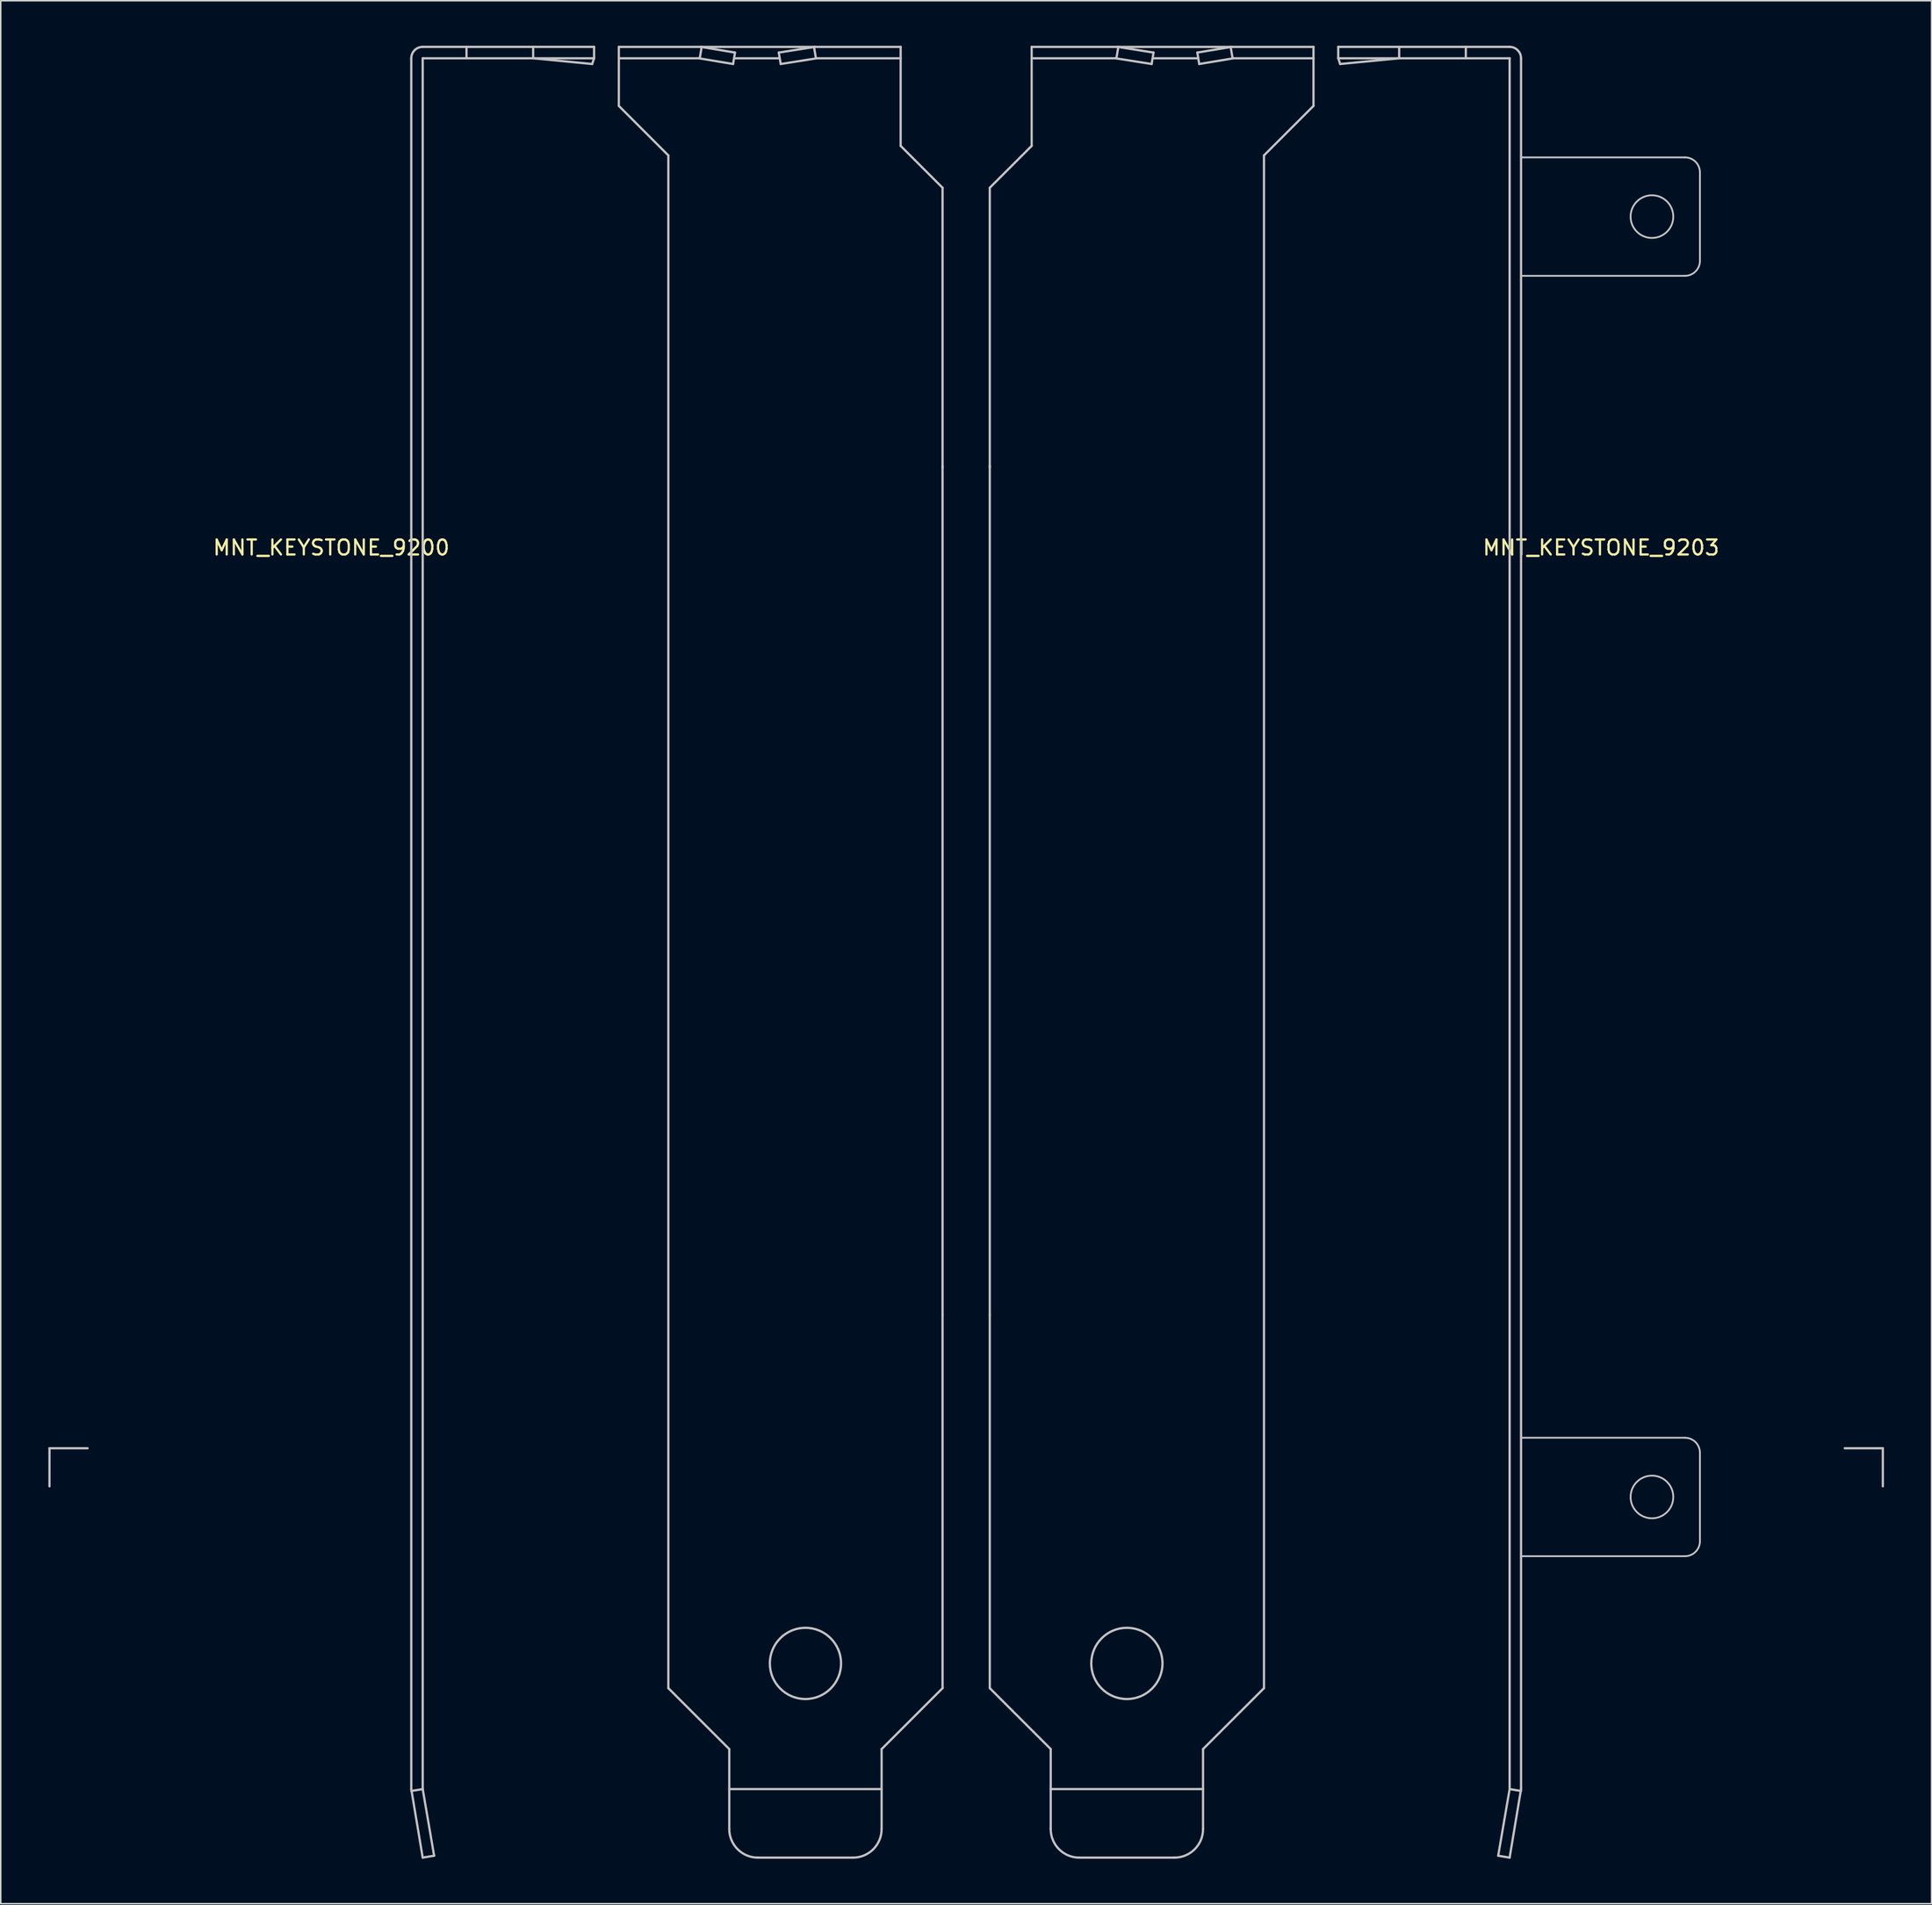
<source format=kicad_pcb>
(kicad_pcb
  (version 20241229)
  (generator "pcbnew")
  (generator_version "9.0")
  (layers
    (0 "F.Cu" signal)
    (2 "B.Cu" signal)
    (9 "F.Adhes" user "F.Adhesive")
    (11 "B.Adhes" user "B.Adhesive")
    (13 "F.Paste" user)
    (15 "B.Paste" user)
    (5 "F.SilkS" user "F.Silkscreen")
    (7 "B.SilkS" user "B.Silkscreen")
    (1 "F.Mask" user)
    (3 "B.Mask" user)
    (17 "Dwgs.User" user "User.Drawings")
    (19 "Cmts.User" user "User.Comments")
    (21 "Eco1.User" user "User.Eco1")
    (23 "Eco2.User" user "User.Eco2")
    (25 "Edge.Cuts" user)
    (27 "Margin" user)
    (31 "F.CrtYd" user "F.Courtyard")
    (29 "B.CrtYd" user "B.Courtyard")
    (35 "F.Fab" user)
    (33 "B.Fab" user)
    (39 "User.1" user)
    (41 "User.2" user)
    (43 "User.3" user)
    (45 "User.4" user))
  (footprint "MNT_KEYSTONE_9200"
    (layer "F.Cu")
    (at 0.25 93.548)
    (property "Reference" "MNT_KEYSTONE_9200" (at 18.796 -60.071 0) (layer "F.SilkS") (effects (font (size 1 1) (thickness 0.15))))
    (attr through_hole allow_missing_courtyard)
    (fp_line (start 0 0) (end 0 2.54) (stroke (width 0.15) (type solid)) (layer "Dwgs.User"))
    (fp_line (start 2.54 0) (end 0 0) (stroke (width 0.15) (type solid)) (layer "Dwgs.User"))
    (fp_line (start 24.13 -92.71) (end 24.13 22.733) (stroke (width 0.152) (type solid)) (layer "Dwgs.User"))
    (fp_line (start 24.13 22.733) (end 24.892 27.305) (stroke (width 0.15) (type solid)) (layer "Dwgs.User"))
    (fp_line (start 24.892 -93.472) (end 36.322 -93.472) (stroke (width 0.152) (type solid)) (layer "Dwgs.User"))
    (fp_line (start 24.892 -92.71) (end 24.892 22.733) (stroke (width 0.152) (type solid)) (layer "Dwgs.User"))
    (fp_line (start 24.892 -92.71) (end 36.322 -92.71) (stroke (width 0.152) (type solid)) (layer "Dwgs.User"))
    (fp_line (start 24.892 22.733) (end 24.13 22.86) (stroke (width 0.15) (type solid)) (layer "Dwgs.User"))
    (fp_line (start 24.892 27.305) (end 25.654 27.178) (stroke (width 0.15) (type solid)) (layer "Dwgs.User"))
    (fp_line (start 25.654 27.178) (end 24.892 22.733) (stroke (width 0.15) (type solid)) (layer "Dwgs.User"))
    (fp_line (start 27.813 -93.472) (end 27.813 -92.71) (stroke (width 0.15) (type solid)) (layer "Dwgs.User"))
    (fp_line (start 32.258 -92.71) (end 32.258 -93.472) (stroke (width 0.15) (type solid)) (layer "Dwgs.User"))
    (fp_line (start 36.195 -92.329) (end 32.258 -92.71) (stroke (width 0.15) (type solid)) (layer "Dwgs.User"))
    (fp_line (start 36.322 -92.71) (end 36.195 -92.329) (stroke (width 0.15) (type solid)) (layer "Dwgs.User"))
    (fp_line (start 36.322 -92.71) (end 36.322 -93.472) (stroke (width 0.15) (type solid)) (layer "Dwgs.User"))
    (fp_line (start 37.973 -93.472) (end 37.973 -89.535) (stroke (width 0.15) (type solid)) (layer "Dwgs.User"))
    (fp_line (start 37.973 -93.472) (end 56.769 -93.472) (stroke (width 0.15) (type solid)) (layer "Dwgs.User"))
    (fp_line (start 37.973 -89.535) (end 41.275 -86.233) (stroke (width 0.15) (type solid)) (layer "Dwgs.User"))
    (fp_line (start 41.275 -86.233) (end 41.275 16.002) (stroke (width 0.15) (type solid)) (layer "Dwgs.User"))
    (fp_line (start 41.275 16.002) (end 45.339 20.066) (stroke (width 0.15) (type solid)) (layer "Dwgs.User"))
    (fp_line (start 43.307 -92.71) (end 37.973 -92.71) (stroke (width 0.15) (type solid)) (layer "Dwgs.User"))
    (fp_line (start 43.307 -92.71) (end 45.593 -92.329) (stroke (width 0.15) (type solid)) (layer "Dwgs.User"))
    (fp_line (start 43.37 -92.71) (end 43.498 -93.472) (stroke (width 0.15) (type solid)) (layer "Dwgs.User"))
    (fp_line (start 43.434 -93.472) (end 45.72 -93.091) (stroke (width 0.15) (type solid)) (layer "Dwgs.User"))
    (fp_line (start 45.339 22.733) (end 55.499 22.733) (stroke (width 0.15) (type solid)) (layer "Dwgs.User"))
    (fp_line (start 45.339 25.4) (end 45.339 20.066) (stroke (width 0.15) (type solid)) (layer "Dwgs.User"))
    (fp_line (start 45.593 -92.329) (end 45.72 -93.091) (stroke (width 0.15) (type solid)) (layer "Dwgs.User"))
    (fp_line (start 45.72 -92.71) (end 48.641 -92.71) (stroke (width 0.15) (type solid)) (layer "Dwgs.User"))
    (fp_line (start 47.244 27.305) (end 53.594 27.305) (stroke (width 0.15) (type solid)) (layer "Dwgs.User"))
    (fp_line (start 48.641 -93.091) (end 51.054 -93.472) (stroke (width 0.15) (type solid)) (layer "Dwgs.User"))
    (fp_line (start 48.768 -92.329) (end 48.641 -93.091) (stroke (width 0.15) (type solid)) (layer "Dwgs.User"))
    (fp_line (start 51.117 -92.71) (end 50.99 -93.472) (stroke (width 0.15) (type solid)) (layer "Dwgs.User"))
    (fp_line (start 51.181 -92.71) (end 48.768 -92.329) (stroke (width 0.15) (type solid)) (layer "Dwgs.User"))
    (fp_line (start 55.499 20.066) (end 59.563 16.002) (stroke (width 0.15) (type solid)) (layer "Dwgs.User"))
    (fp_line (start 55.499 25.4) (end 55.499 20.066) (stroke (width 0.15) (type solid)) (layer "Dwgs.User"))
    (fp_line (start 56.769 -93.472) (end 56.769 -86.868) (stroke (width 0.15) (type solid)) (layer "Dwgs.User"))
    (fp_line (start 56.769 -92.71) (end 51.181 -92.71) (stroke (width 0.15) (type solid)) (layer "Dwgs.User"))
    (fp_line (start 59.563 -84.074) (end 56.769 -86.868) (stroke (width 0.15) (type solid)) (layer "Dwgs.User"))
    (fp_line (start 59.563 -84.074) (end 59.563 -65.405) (stroke (width 0.15) (type solid)) (layer "Dwgs.User"))
    (fp_line (start 59.563 -65.532) (end 59.563 -8.89) (stroke (width 0.15) (type solid)) (layer "Dwgs.User"))
    (fp_line (start 59.563 -8.89) (end 59.563 16.002) (stroke (width 0.15) (type solid)) (layer "Dwgs.User"))
    (fp_arc (start 24.13 -92.71) (mid 24.352715 -93.248345) (end 24.89067 -93.471999) (stroke (width 0.15) (type solid)) (layer "Dwgs.User"))
    (fp_arc (start 47.244 27.305) (mid 45.896962 26.747038) (end 45.339 25.4) (stroke (width 0.15) (type solid)) (layer "Dwgs.User"))
    (fp_arc (start 55.499 25.4) (mid 54.941038 26.747038) (end 53.594 27.305) (stroke (width 0.15) (type solid)) (layer "Dwgs.User"))
    (fp_circle (center 50.419 14.351) (end 52.794 14.351) (stroke (width 0.15) (type solid)) (fill no) (layer "Dwgs.User")))
  (footprint "MNT_KEYSTONE_9203"
    (layer "F.Cu")
    (at 122.526 93.548)
    (property "Reference" "MNT_KEYSTONE_9203" (at -18.796 -60.071 0) (layer "F.SilkS") (effects (font (size 1 1) (thickness 0.15))))
    (attr through_hole)
    (fp_line (start -59.563 -84.074) (end -59.563 -65.405) (stroke (width 0.15) (type solid)) (layer "Dwgs.User"))
    (fp_line (start -59.563 -84.074) (end -56.769 -86.868) (stroke (width 0.15) (type solid)) (layer "Dwgs.User"))
    (fp_line (start -59.563 -65.532) (end -59.563 -8.89) (stroke (width 0.15) (type solid)) (layer "Dwgs.User"))
    (fp_line (start -59.563 -8.89) (end -59.563 16.002) (stroke (width 0.15) (type solid)) (layer "Dwgs.User"))
    (fp_line (start -56.769 -93.472) (end -56.769 -86.868) (stroke (width 0.15) (type solid)) (layer "Dwgs.User"))
    (fp_line (start -56.769 -92.71) (end -51.181 -92.71) (stroke (width 0.15) (type solid)) (layer "Dwgs.User"))
    (fp_line (start -55.499 20.066) (end -59.563 16.002) (stroke (width 0.15) (type solid)) (layer "Dwgs.User"))
    (fp_line (start -55.499 25.4) (end -55.499 20.066) (stroke (width 0.15) (type solid)) (layer "Dwgs.User"))
    (fp_line (start -51.181 -92.71) (end -48.768 -92.329) (stroke (width 0.15) (type solid)) (layer "Dwgs.User"))
    (fp_line (start -51.117 -92.71) (end -50.99 -93.472) (stroke (width 0.15) (type solid)) (layer "Dwgs.User"))
    (fp_line (start -48.768 -92.329) (end -48.641 -93.091) (stroke (width 0.15) (type solid)) (layer "Dwgs.User"))
    (fp_line (start -48.641 -93.091) (end -51.054 -93.472) (stroke (width 0.15) (type solid)) (layer "Dwgs.User"))
    (fp_line (start -47.244 27.305) (end -53.594 27.305) (stroke (width 0.15) (type solid)) (layer "Dwgs.User"))
    (fp_line (start -45.72 -92.71) (end -48.641 -92.71) (stroke (width 0.15) (type solid)) (layer "Dwgs.User"))
    (fp_line (start -45.593 -92.329) (end -45.72 -93.091) (stroke (width 0.15) (type solid)) (layer "Dwgs.User"))
    (fp_line (start -45.339 22.733) (end -55.499 22.733) (stroke (width 0.15) (type solid)) (layer "Dwgs.User"))
    (fp_line (start -45.339 25.4) (end -45.339 20.066) (stroke (width 0.15) (type solid)) (layer "Dwgs.User"))
    (fp_line (start -43.434 -93.472) (end -45.72 -93.091) (stroke (width 0.15) (type solid)) (layer "Dwgs.User"))
    (fp_line (start -43.37 -92.71) (end -43.498 -93.472) (stroke (width 0.15) (type solid)) (layer "Dwgs.User"))
    (fp_line (start -43.307 -92.71) (end -45.593 -92.329) (stroke (width 0.15) (type solid)) (layer "Dwgs.User"))
    (fp_line (start -43.307 -92.71) (end -37.973 -92.71) (stroke (width 0.15) (type solid)) (layer "Dwgs.User"))
    (fp_line (start -41.275 -86.233) (end -41.275 16.002) (stroke (width 0.15) (type solid)) (layer "Dwgs.User"))
    (fp_line (start -41.275 16.002) (end -45.339 20.066) (stroke (width 0.15) (type solid)) (layer "Dwgs.User"))
    (fp_line (start -37.973 -93.472) (end -56.769 -93.472) (stroke (width 0.15) (type solid)) (layer "Dwgs.User"))
    (fp_line (start -37.973 -93.472) (end -37.973 -89.535) (stroke (width 0.15) (type solid)) (layer "Dwgs.User"))
    (fp_line (start -37.973 -89.535) (end -41.275 -86.233) (stroke (width 0.15) (type solid)) (layer "Dwgs.User"))
    (fp_line (start -36.322 -92.71) (end -36.322 -93.472) (stroke (width 0.15) (type solid)) (layer "Dwgs.User"))
    (fp_line (start -36.322 -92.71) (end -36.195 -92.329) (stroke (width 0.15) (type solid)) (layer "Dwgs.User"))
    (fp_line (start -36.195 -92.329) (end -32.258 -92.71) (stroke (width 0.15) (type solid)) (layer "Dwgs.User"))
    (fp_line (start -32.258 -92.71) (end -32.258 -93.472) (stroke (width 0.15) (type solid)) (layer "Dwgs.User"))
    (fp_line (start -27.813 -93.472) (end -27.813 -92.71) (stroke (width 0.15) (type solid)) (layer "Dwgs.User"))
    (fp_line (start -25.654 27.178) (end -24.892 22.733) (stroke (width 0.15) (type solid)) (layer "Dwgs.User"))
    (fp_line (start -24.892 -93.472) (end -36.322 -93.472) (stroke (width 0.152) (type solid)) (layer "Dwgs.User"))
    (fp_line (start -24.892 -92.71) (end -36.322 -92.71) (stroke (width 0.152) (type solid)) (layer "Dwgs.User"))
    (fp_line (start -24.892 -92.71) (end -24.892 22.733) (stroke (width 0.152) (type solid)) (layer "Dwgs.User"))
    (fp_line (start -24.892 22.733) (end -24.13 22.86) (stroke (width 0.15) (type solid)) (layer "Dwgs.User"))
    (fp_line (start -24.892 27.305) (end -25.654 27.178) (stroke (width 0.15) (type solid)) (layer "Dwgs.User"))
    (fp_line (start -24.13 -92.71) (end -24.13 22.733) (stroke (width 0.152) (type solid)) (layer "Dwgs.User"))
    (fp_line (start -24.13 22.733) (end -24.892 27.305) (stroke (width 0.15) (type solid)) (layer "Dwgs.User"))
    (fp_line (start -24.1 -86.1) (end -13.2 -86.1) (stroke (width 0.12) (type default)) (layer "Dwgs.User"))
    (fp_line (start -24.1 -78.2) (end -13.2 -78.2) (stroke (width 0.12) (type default)) (layer "Dwgs.User"))
    (fp_line (start -24.1 -0.7) (end -13.2 -0.7) (stroke (width 0.12) (type default)) (layer "Dwgs.User"))
    (fp_line (start -24.1 7.2) (end -13.2 7.2) (stroke (width 0.12) (type default)) (layer "Dwgs.User"))
    (fp_line (start -12.2 -85.1) (end -12.2 -79.2) (stroke (width 0.12) (type default)) (layer "Dwgs.User"))
    (fp_line (start -12.2 0.3) (end -12.2 6.2) (stroke (width 0.12) (type default)) (layer "Dwgs.User"))
    (fp_line (start -2.54 0) (end 0 0) (stroke (width 0.15) (type solid)) (layer "Dwgs.User"))
    (fp_line (start 0 0) (end 0 2.54) (stroke (width 0.15) (type solid)) (layer "Dwgs.User"))
    (fp_arc (start -53.594 27.305) (mid -54.941038 26.747038) (end -55.499 25.4) (stroke (width 0.15) (type solid)) (layer "Dwgs.User"))
    (fp_arc (start -45.339 25.4) (mid -45.896962 26.747038) (end -47.244 27.305) (stroke (width 0.15) (type solid)) (layer "Dwgs.User"))
    (fp_arc (start -24.89067 -93.471999) (mid -24.352714 -93.248345) (end -24.13 -92.71) (stroke (width 0.15) (type solid)) (layer "Dwgs.User"))
    (fp_arc (start -13.2 -86.1) (mid -12.492893 -85.807107) (end -12.2 -85.1) (stroke (width 0.12) (type default)) (layer "Dwgs.User"))
    (fp_arc (start -13.2 -0.7) (mid -12.492893 -0.407107) (end -12.2 0.3) (stroke (width 0.12) (type default)) (layer "Dwgs.User"))
    (fp_arc (start -12.2 -79.2) (mid -12.492893 -78.492893) (end -13.2 -78.2) (stroke (width 0.12) (type default)) (layer "Dwgs.User"))
    (fp_arc (start -12.2 6.2) (mid -12.492893 6.907107) (end -13.2 7.2) (stroke (width 0.12) (type default)) (layer "Dwgs.User"))
    (fp_circle (center -50.419 14.351) (end -52.794 14.351) (stroke (width 0.15) (type solid)) (fill no) (layer "Dwgs.User"))
    (fp_circle (center -15.4 -82.15) (end -16.823 -82.15) (stroke (width 0.12) (type default)) (fill no) (layer "Dwgs.User"))
    (fp_circle (center -15.4 3.25) (end -16.823 3.25) (stroke (width 0.12) (type default)) (fill no) (layer "Dwgs.User")))
  (gr_rect
    (start -3 -3)
    (end 125.776 123.928)
    (stroke (width 0.1) (type default))
    (fill no)
    (layer "Edge.Cuts")))
</source>
